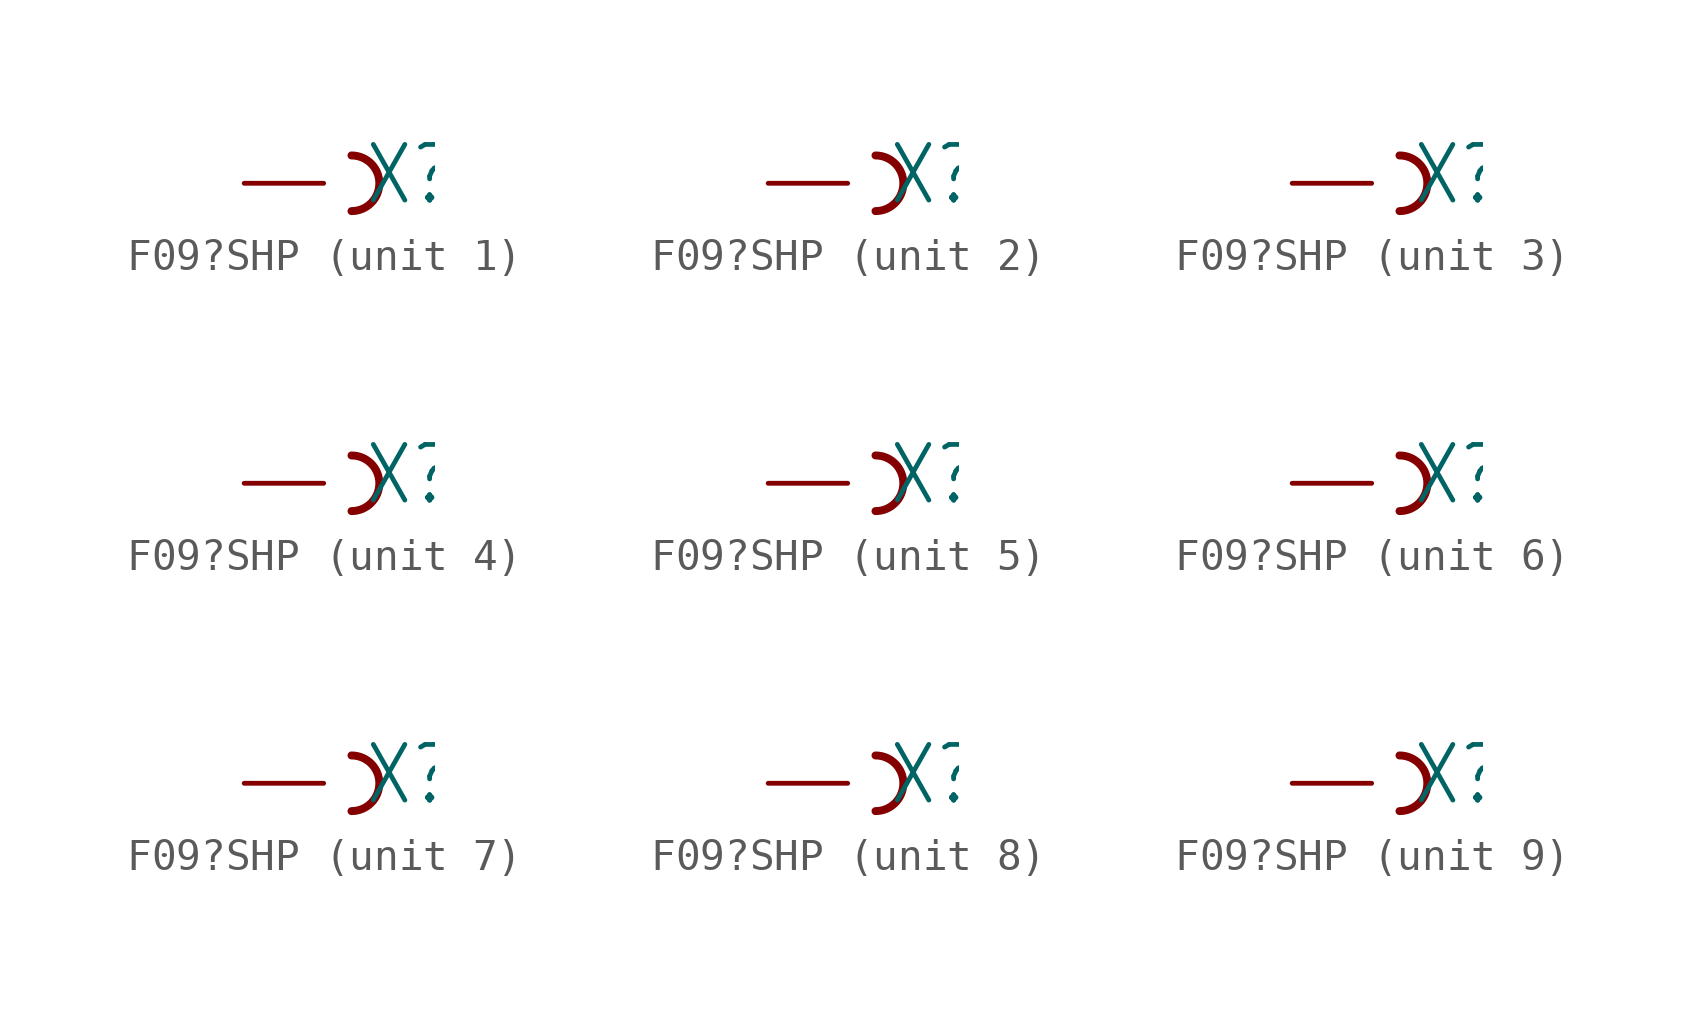
<source format=kicad_sym>
(kicad_symbol_lib
  (version 20211014)
  (generator kicad_symbol_editor)
  (symbol "F09?SHP"
    (property "Reference" "X"
      (at 1.27 -0.762 0)
      (effects (font (size 1.778 1.511)) (justify left bottom)))
    (property "ki_locked" ""
      (at 0 0 0)
      (effects (font (size 1.27 1.27))))
    (symbol "F09?SHP_1_0"
      (arc (start 0.889 -0.889) (mid 1.778 0) (end 0.889 0.889) (stroke (width 0.254) (type default) (color 0 0 0 0)) (fill (type none)))
      (pin passive line (at -2.54 0 0) (length 2.54) (name "F" (effects (font (size 0 0)))) (number "1" (effects (font (size 0 0))))))
    (symbol "F09?SHP_2_0"
      (arc (start 0.889 -0.889) (mid 1.778 0) (end 0.889 0.889) (stroke (width 0.254) (type default) (color 0 0 0 0)) (fill (type none)))
      (pin passive line (at -2.54 0 0) (length 2.54) (name "F" (effects (font (size 0 0)))) (number "2" (effects (font (size 0 0))))))
    (symbol "F09?SHP_3_0"
      (arc (start 0.889 -0.889) (mid 1.778 0) (end 0.889 0.889) (stroke (width 0.254) (type default) (color 0 0 0 0)) (fill (type none)))
      (pin passive line (at -2.54 0 0) (length 2.54) (name "F" (effects (font (size 0 0)))) (number "3" (effects (font (size 0 0))))))
    (symbol "F09?SHP_4_0"
      (arc (start 0.889 -0.889) (mid 1.778 0) (end 0.889 0.889) (stroke (width 0.254) (type default) (color 0 0 0 0)) (fill (type none)))
      (pin passive line (at -2.54 0 0) (length 2.54) (name "F" (effects (font (size 0 0)))) (number "4" (effects (font (size 0 0))))))
    (symbol "F09?SHP_5_0"
      (arc (start 0.889 -0.889) (mid 1.778 0) (end 0.889 0.889) (stroke (width 0.254) (type default) (color 0 0 0 0)) (fill (type none)))
      (pin passive line (at -2.54 0 0) (length 2.54) (name "F" (effects (font (size 0 0)))) (number "5" (effects (font (size 0 0))))))
    (symbol "F09?SHP_6_0"
      (arc (start 0.889 -0.889) (mid 1.778 0) (end 0.889 0.889) (stroke (width 0.254) (type default) (color 0 0 0 0)) (fill (type none)))
      (pin passive line (at -2.54 0 0) (length 2.54) (name "F" (effects (font (size 0 0)))) (number "6" (effects (font (size 0 0))))))
    (symbol "F09?SHP_7_0"
      (arc (start 0.889 -0.889) (mid 1.778 0) (end 0.889 0.889) (stroke (width 0.254) (type default) (color 0 0 0 0)) (fill (type none)))
      (pin passive line (at -2.54 0 0) (length 2.54) (name "F" (effects (font (size 0 0)))) (number "7" (effects (font (size 0 0))))))
    (symbol "F09?SHP_8_0"
      (arc (start 0.889 -0.889) (mid 1.778 0) (end 0.889 0.889) (stroke (width 0.254) (type default) (color 0 0 0 0)) (fill (type none)))
      (pin passive line (at -2.54 0 0) (length 2.54) (name "F" (effects (font (size 0 0)))) (number "8" (effects (font (size 0 0))))))
    (symbol "F09?SHP_9_0"
      (arc (start 0.889 -0.889) (mid 1.778 0) (end 0.889 0.889) (stroke (width 0.254) (type default) (color 0 0 0 0)) (fill (type none)))
      (pin passive line (at -2.54 0 0) (length 2.54) (name "F" (effects (font (size 0 0)))) (number "9" (effects (font (size 0 0))))))))
</source>
